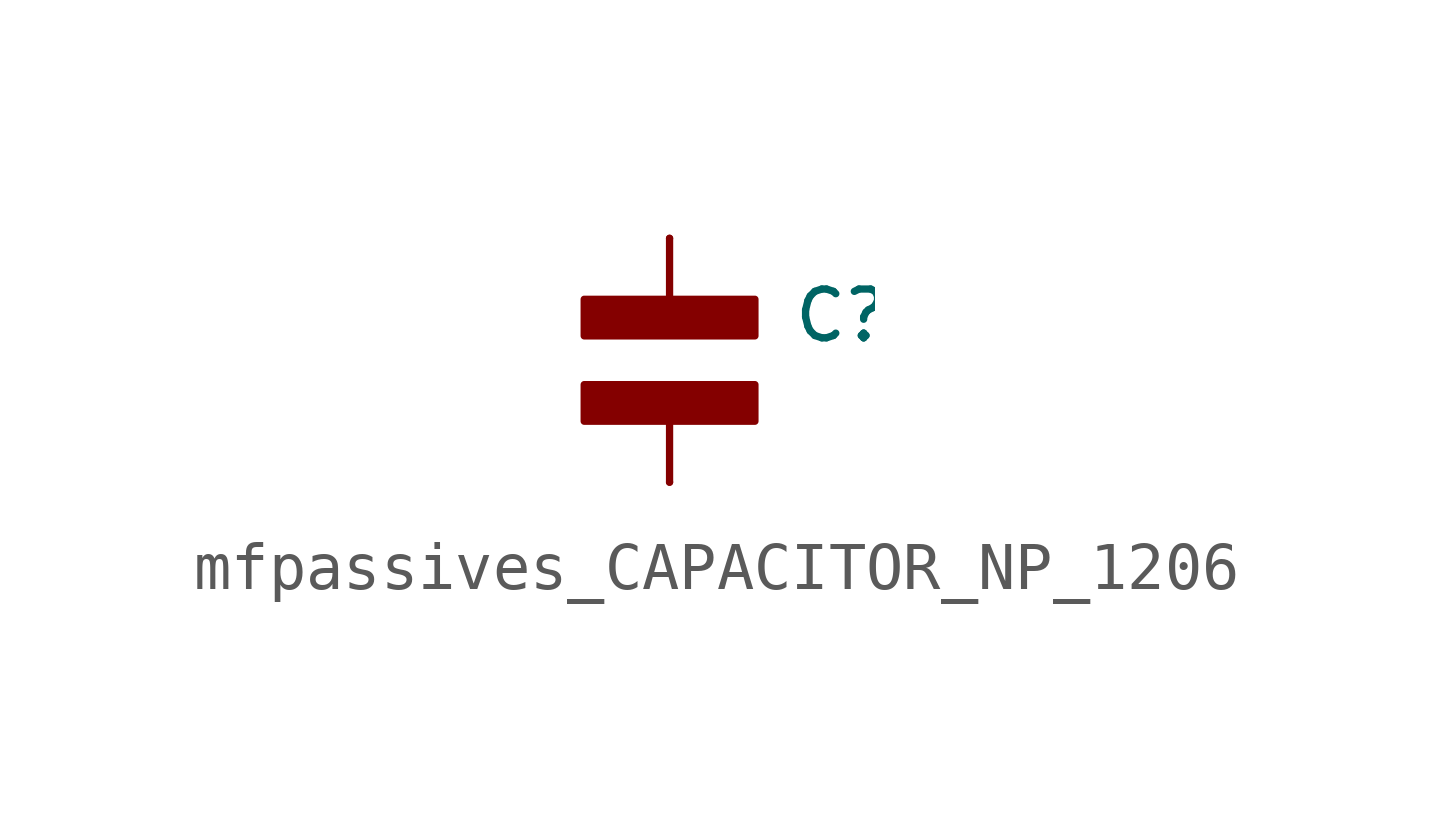
<source format=kicad_sym>
(kicad_symbol_lib
  (version 20241209)
  (generator "kicad_symbol_editor")
  (generator_version "9.0")
  (symbol "mfpassives_CAPACITOR_NP_1206"
    (property "Reference" "C"
      (at 2.54 1.524 0)
      (effects (font (size 1.016 1.016)) (justify left top)))
    (property "Value" ""
      (at 2.54 -1.524 0)
      (effects (font (size 1.016 1.016)) (justify left bottom)))
    (property "ki_locked" ""
      (at 0 0 0)
      (effects (font (size 1.27 1.27))))
    (symbol "mfpassives_CAPACITOR_NP_1206_1_0"
      (rectangle (start -1.778 0.508) (end 1.778 1.27) (stroke (width 0) (type default)) (fill (type outline)))
      (rectangle (start -1.778 -1.27) (end 1.778 -0.508) (stroke (width 0) (type default)) (fill (type outline)))
      (polyline (pts (xy 0 2.54) (xy 0 1.016)) (stroke (width 0.152) (type solid)) (fill (type none)))
      (polyline (pts (xy 0 -2.54) (xy 0 -1.016)) (stroke (width 0.152) (type solid)) (fill (type none)))
      (pin passive line (at 0 2.54 270) (length 0) (name "P$1" (effects (font (size 0 0)))) (number "P$1" (effects (font (size 0 0)))))
      (pin passive line (at 0 -2.54 90) (length 0) (name "P$2" (effects (font (size 0 0)))) (number "P$2" (effects (font (size 0 0))))))))
</source>
